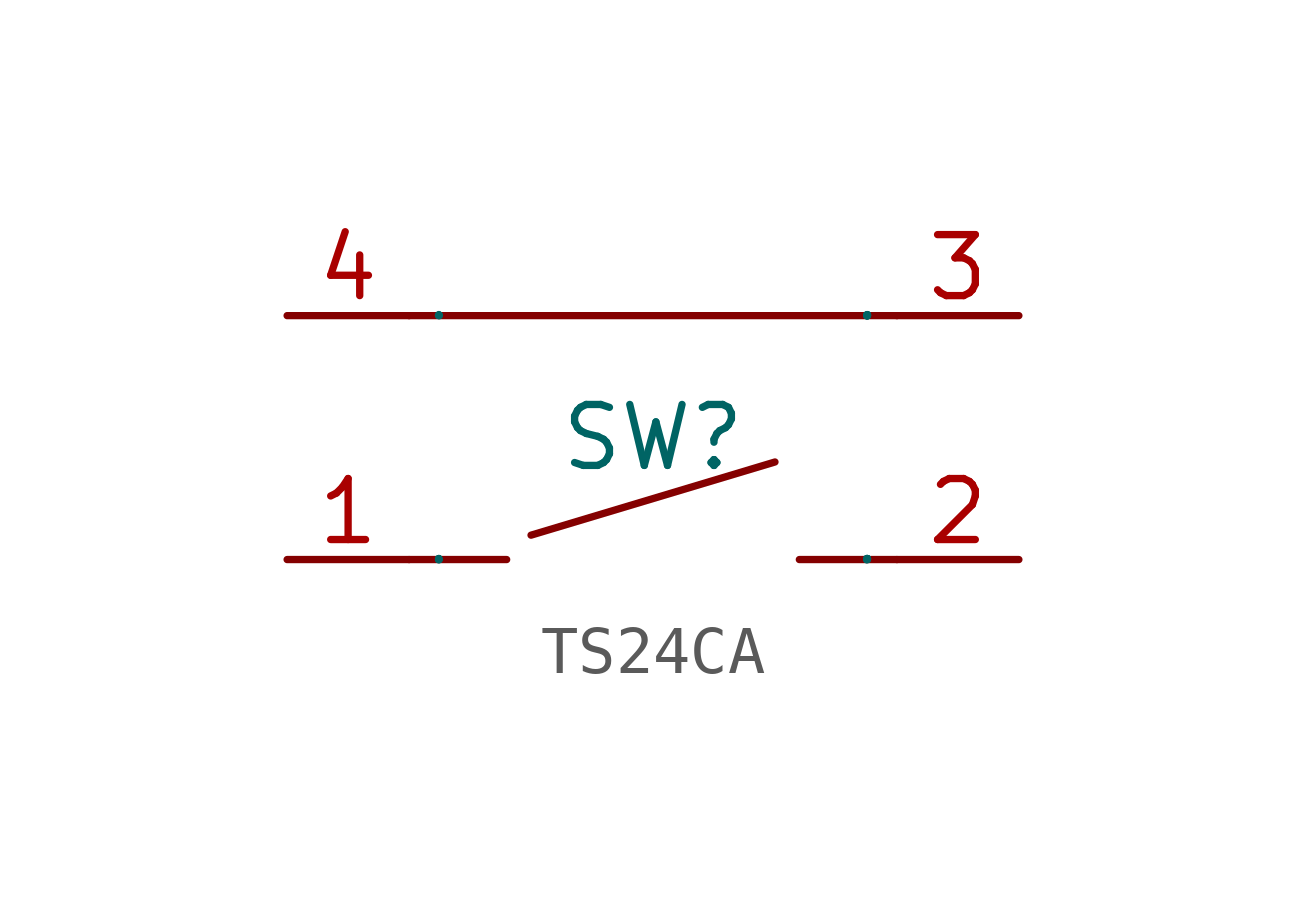
<source format=kicad_sym>
(kicad_symbol_lib
  (version 20241209)
  (generator "kicad_symbol_editor")
  (generator_version "9.0")
  (symbol "TS24CA"
    (property "Reference" "SW"
      (at 0 0 0)
      (effects (font (size 1.27 1.27))))
    (property "Value" ""
      (at 0 0 0)
      (effects (font (size 1.27 1.27))))
    (symbol "TS24CA_1_0"
      (polyline (pts (xy -5.08 2.54) (xy 5.08 2.54)) (stroke (width 0) (type default)) (fill (type none)))
      (polyline (pts (xy -3.048 -2.54) (xy -5.08 -2.54)) (stroke (width 0) (type default)) (fill (type none)))
      (polyline (pts (xy -2.54 -2.032) (xy 2.54 -0.508) (xy 2.54 -0.508) (xy 2.54 -0.508)) (stroke (width 0) (type default)) (fill (type none)))
      (polyline (pts (xy 3.048 -2.54) (xy 5.08 -2.54)) (stroke (width 0) (type default)) (fill (type none)))
      (pin passive line (at -7.62 2.54 0) (length 2.54) (name "4" (effects (font (size 0.025 0.025)))) (number "4" (effects (font (size 1.27 1.27)))))
      (pin passive line (at -7.62 -2.54 0) (length 2.54) (name "1" (effects (font (size 0.025 0.025)))) (number "1" (effects (font (size 1.27 1.27)))))
      (pin passive line (at 7.62 2.54 180) (length 2.54) (name "3" (effects (font (size 0.025 0.025)))) (number "3" (effects (font (size 1.27 1.27)))))
      (pin passive line (at 7.62 -2.54 180) (length 2.54) (name "2" (effects (font (size 0.025 0.025)))) (number "2" (effects (font (size 1.27 1.27))))))))
</source>
